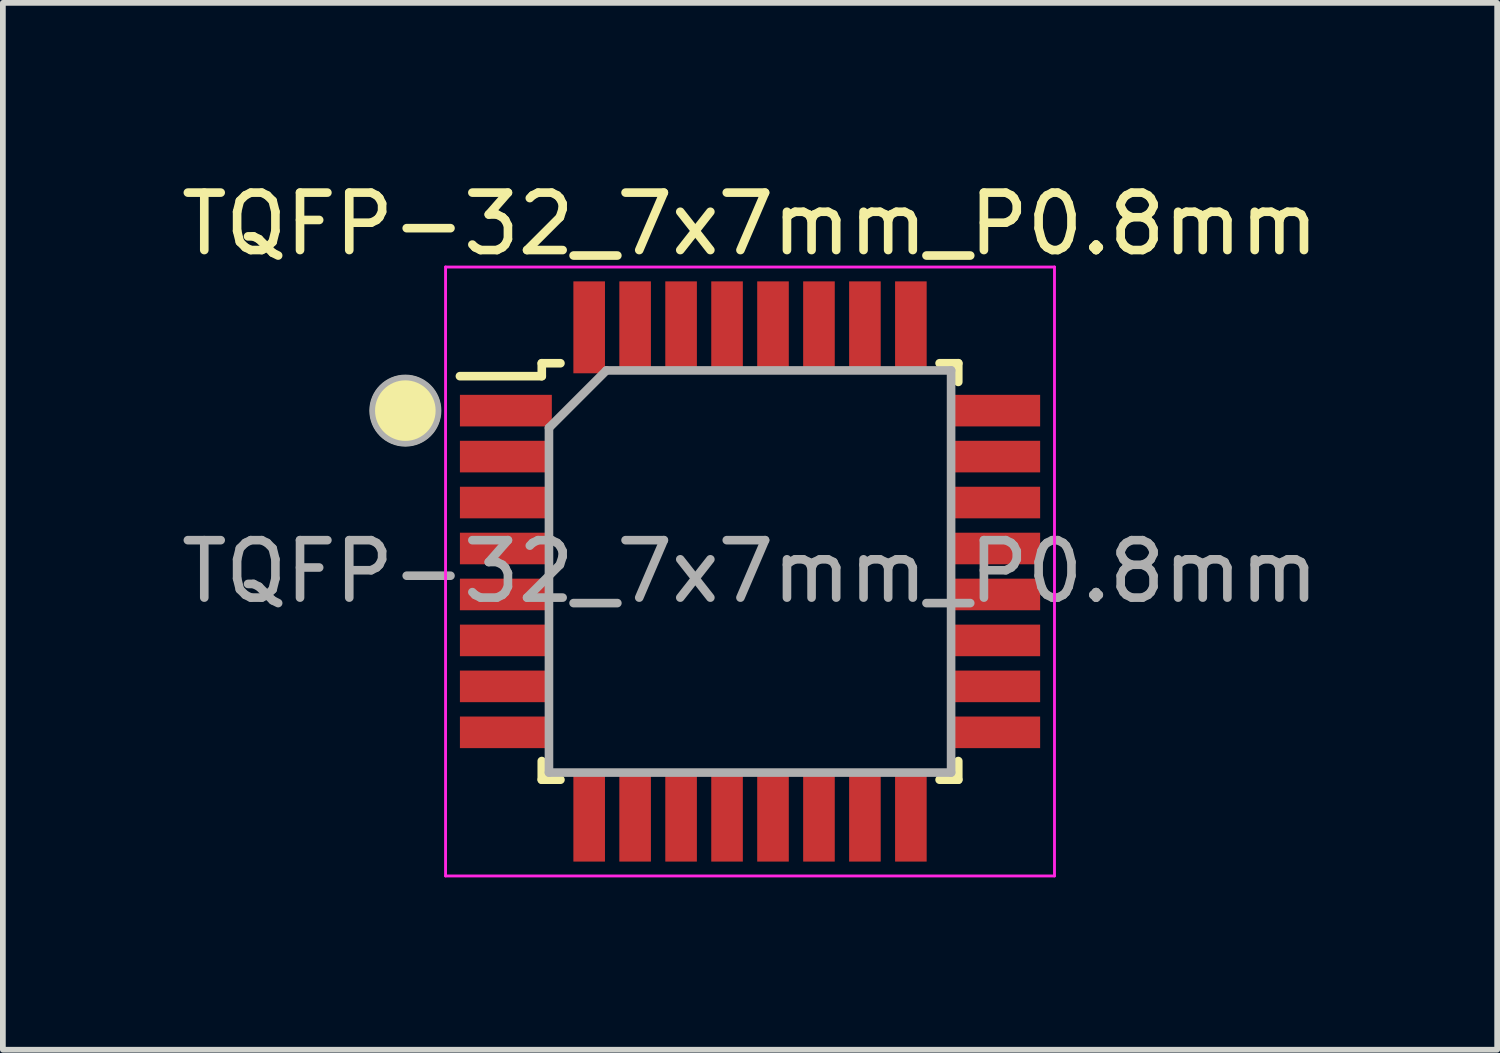
<source format=kicad_pcb>
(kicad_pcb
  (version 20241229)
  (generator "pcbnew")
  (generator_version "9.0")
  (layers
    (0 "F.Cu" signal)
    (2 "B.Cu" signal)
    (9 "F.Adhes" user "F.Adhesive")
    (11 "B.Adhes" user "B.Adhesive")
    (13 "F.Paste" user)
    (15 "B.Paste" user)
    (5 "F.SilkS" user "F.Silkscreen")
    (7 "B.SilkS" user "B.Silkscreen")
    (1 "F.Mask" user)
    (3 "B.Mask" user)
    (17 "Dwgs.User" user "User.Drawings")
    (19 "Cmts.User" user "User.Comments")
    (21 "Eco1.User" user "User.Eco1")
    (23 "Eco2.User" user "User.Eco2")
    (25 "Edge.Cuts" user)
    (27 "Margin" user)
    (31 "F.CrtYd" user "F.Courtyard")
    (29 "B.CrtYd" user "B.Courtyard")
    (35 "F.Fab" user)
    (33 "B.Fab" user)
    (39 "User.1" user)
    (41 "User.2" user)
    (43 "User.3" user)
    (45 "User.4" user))
  (footprint "TQFP-32_7x7mm_P0.8mm"
    (layer "F.Cu")
    (at 10.006 6.898)
    (property "Reference" "TQFP-32_7x7mm_P0.8mm" (at 0 -6.05 0) (layer "F.SilkS") (effects (font (size 1 1) (thickness 0.15))))
    (attr smd)
    (fp_line (start -3.625 -3.625) (end -3.625 -3.4) (stroke (width 0.15) (type solid)) (layer "F.SilkS"))
    (fp_line (start -3.625 -3.625) (end -3.3 -3.625) (stroke (width 0.15) (type solid)) (layer "F.SilkS"))
    (fp_line (start -3.625 -3.4) (end -5.05 -3.4) (stroke (width 0.15) (type solid)) (layer "F.SilkS"))
    (fp_line (start -3.625 3.625) (end -3.625 3.3) (stroke (width 0.15) (type solid)) (layer "F.SilkS"))
    (fp_line (start -3.625 3.625) (end -3.3 3.625) (stroke (width 0.15) (type solid)) (layer "F.SilkS"))
    (fp_line (start 3.625 -3.625) (end 3.3 -3.625) (stroke (width 0.15) (type solid)) (layer "F.SilkS"))
    (fp_line (start 3.625 -3.625) (end 3.625 -3.3) (stroke (width 0.15) (type solid)) (layer "F.SilkS"))
    (fp_line (start 3.625 3.625) (end 3.3 3.625) (stroke (width 0.15) (type solid)) (layer "F.SilkS"))
    (fp_line (start 3.625 3.625) (end 3.625 3.3) (stroke (width 0.15) (type solid)) (layer "F.SilkS"))
    (fp_circle (center -6 -2.8) (end -5.441 -2.8) (stroke (width 0.12) (type solid)) (fill yes) (layer "F.SilkS"))
    (fp_line (start -5.3 -5.3) (end -5.3 5.3) (stroke (width 0.05) (type solid)) (layer "F.CrtYd"))
    (fp_line (start -5.3 -5.3) (end 5.3 -5.3) (stroke (width 0.05) (type solid)) (layer "F.CrtYd"))
    (fp_line (start -5.3 5.3) (end 5.3 5.3) (stroke (width 0.05) (type solid)) (layer "F.CrtYd"))
    (fp_line (start 5.3 -5.3) (end 5.3 5.3) (stroke (width 0.05) (type solid)) (layer "F.CrtYd"))
    (fp_line (start -3.5 -2.5) (end -2.5 -3.5) (stroke (width 0.15) (type solid)) (layer "F.Fab"))
    (fp_line (start -3.5 3.5) (end -3.5 -2.5) (stroke (width 0.15) (type solid)) (layer "F.Fab"))
    (fp_line (start -2.5 -3.5) (end 3.5 -3.5) (stroke (width 0.15) (type solid)) (layer "F.Fab"))
    (fp_line (start 3.5 -3.5) (end 3.5 3.5) (stroke (width 0.15) (type solid)) (layer "F.Fab"))
    (fp_line (start 3.5 3.5) (end -3.5 3.5) (stroke (width 0.15) (type solid)) (layer "F.Fab"))
    (fp_circle (center -6 -2.8) (end -5.423 -2.8) (stroke (width 0.1) (type solid)) (fill no) (layer "F.Fab"))
    (fp_text user "${REFERENCE}" (at 0 0 0) (layer "F.Fab") (effects (font (size 1 1) (thickness 0.15))))
    (pad "1" smd rect (at -4.25 -2.8) (size 1.6 0.55) (layers "F.Cu" "F.Mask" "F.Paste"))
    (pad "2" smd rect (at -4.25 -2) (size 1.6 0.55) (layers "F.Cu" "F.Mask" "F.Paste"))
    (pad "3" smd rect (at -4.25 -1.2) (size 1.6 0.55) (layers "F.Cu" "F.Mask" "F.Paste"))
    (pad "4" smd rect (at -4.25 -0.4) (size 1.6 0.55) (layers "F.Cu" "F.Mask" "F.Paste"))
    (pad "5" smd rect (at -4.25 0.4) (size 1.6 0.55) (layers "F.Cu" "F.Mask" "F.Paste"))
    (pad "6" smd rect (at -4.25 1.2) (size 1.6 0.55) (layers "F.Cu" "F.Mask" "F.Paste"))
    (pad "7" smd rect (at -4.25 2) (size 1.6 0.55) (layers "F.Cu" "F.Mask" "F.Paste"))
    (pad "8" smd rect (at -4.25 2.8) (size 1.6 0.55) (layers "F.Cu" "F.Mask" "F.Paste"))
    (pad "9" smd rect (at -2.8 4.25 90) (size 1.6 0.55) (layers "F.Cu" "F.Mask" "F.Paste"))
    (pad "10" smd rect (at -2 4.25 90) (size 1.6 0.55) (layers "F.Cu" "F.Mask" "F.Paste"))
    (pad "11" smd rect (at -1.2 4.25 90) (size 1.6 0.55) (layers "F.Cu" "F.Mask" "F.Paste"))
    (pad "12" smd rect (at -0.4 4.25 90) (size 1.6 0.55) (layers "F.Cu" "F.Mask" "F.Paste"))
    (pad "13" smd rect (at 0.4 4.25 90) (size 1.6 0.55) (layers "F.Cu" "F.Mask" "F.Paste"))
    (pad "14" smd rect (at 1.2 4.25 90) (size 1.6 0.55) (layers "F.Cu" "F.Mask" "F.Paste"))
    (pad "15" smd rect (at 2 4.25 90) (size 1.6 0.55) (layers "F.Cu" "F.Mask" "F.Paste"))
    (pad "16" smd rect (at 2.8 4.25 90) (size 1.6 0.55) (layers "F.Cu" "F.Mask" "F.Paste"))
    (pad "17" smd rect (at 4.25 2.8) (size 1.6 0.55) (layers "F.Cu" "F.Mask" "F.Paste"))
    (pad "18" smd rect (at 4.25 2) (size 1.6 0.55) (layers "F.Cu" "F.Mask" "F.Paste"))
    (pad "19" smd rect (at 4.25 1.2) (size 1.6 0.55) (layers "F.Cu" "F.Mask" "F.Paste"))
    (pad "20" smd rect (at 4.25 0.4) (size 1.6 0.55) (layers "F.Cu" "F.Mask" "F.Paste"))
    (pad "21" smd rect (at 4.25 -0.4) (size 1.6 0.55) (layers "F.Cu" "F.Mask" "F.Paste"))
    (pad "22" smd rect (at 4.25 -1.2) (size 1.6 0.55) (layers "F.Cu" "F.Mask" "F.Paste"))
    (pad "23" smd rect (at 4.25 -2) (size 1.6 0.55) (layers "F.Cu" "F.Mask" "F.Paste"))
    (pad "24" smd rect (at 4.25 -2.8) (size 1.6 0.55) (layers "F.Cu" "F.Mask" "F.Paste"))
    (pad "25" smd rect (at 2.8 -4.25 90) (size 1.6 0.55) (layers "F.Cu" "F.Mask" "F.Paste"))
    (pad "26" smd rect (at 2 -4.25 90) (size 1.6 0.55) (layers "F.Cu" "F.Mask" "F.Paste"))
    (pad "27" smd rect (at 1.2 -4.25 90) (size 1.6 0.55) (layers "F.Cu" "F.Mask" "F.Paste"))
    (pad "28" smd rect (at 0.4 -4.25 90) (size 1.6 0.55) (layers "F.Cu" "F.Mask" "F.Paste"))
    (pad "29" smd rect (at -0.4 -4.25 90) (size 1.6 0.55) (layers "F.Cu" "F.Mask" "F.Paste"))
    (pad "30" smd rect (at -1.2 -4.25 90) (size 1.6 0.55) (layers "F.Cu" "F.Mask" "F.Paste"))
    (pad "31" smd rect (at -2 -4.25 90) (size 1.6 0.55) (layers "F.Cu" "F.Mask" "F.Paste"))
    (pad "32" smd rect (at -2.8 -4.25 90) (size 1.6 0.55) (layers "F.Cu" "F.Mask" "F.Paste")))
  (gr_rect
    (start -3 -3)
    (end 23.012 15.223)
    (stroke (width 0.1) (type default))
    (fill no)
    (layer "Edge.Cuts")))
</source>
